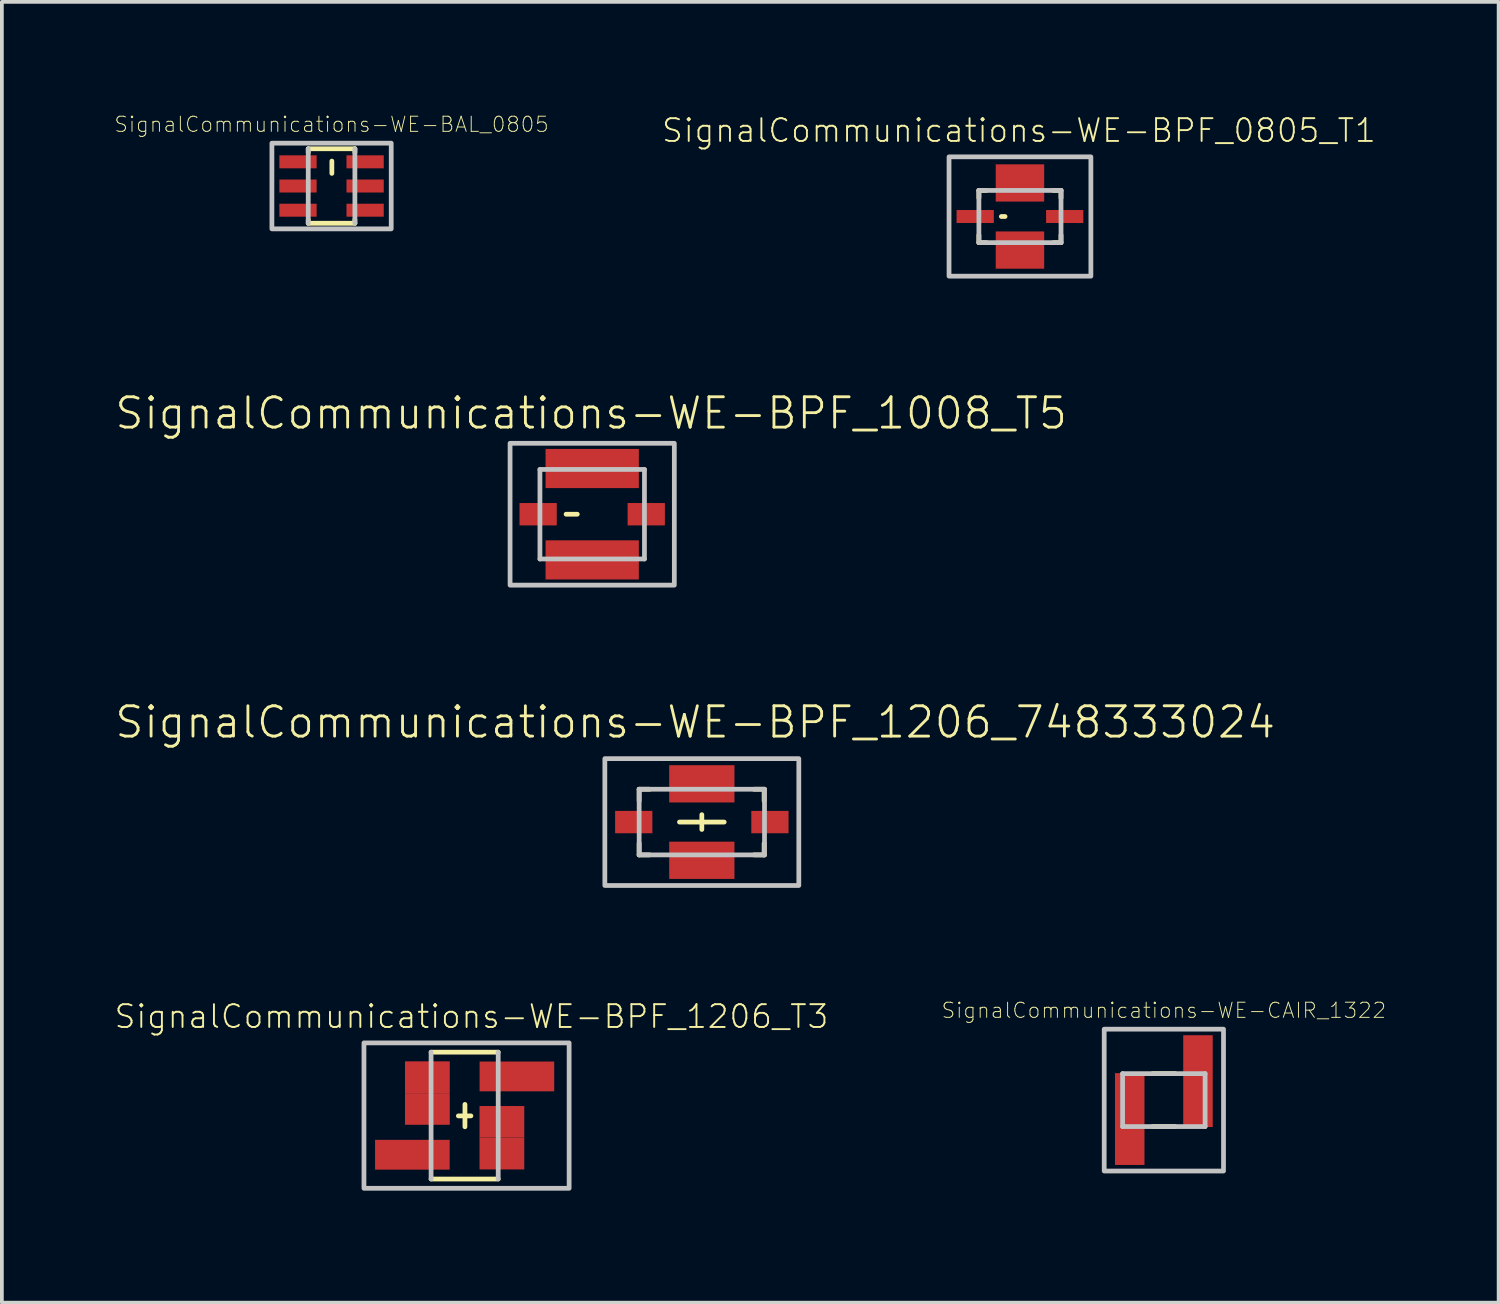
<source format=kicad_pcb>
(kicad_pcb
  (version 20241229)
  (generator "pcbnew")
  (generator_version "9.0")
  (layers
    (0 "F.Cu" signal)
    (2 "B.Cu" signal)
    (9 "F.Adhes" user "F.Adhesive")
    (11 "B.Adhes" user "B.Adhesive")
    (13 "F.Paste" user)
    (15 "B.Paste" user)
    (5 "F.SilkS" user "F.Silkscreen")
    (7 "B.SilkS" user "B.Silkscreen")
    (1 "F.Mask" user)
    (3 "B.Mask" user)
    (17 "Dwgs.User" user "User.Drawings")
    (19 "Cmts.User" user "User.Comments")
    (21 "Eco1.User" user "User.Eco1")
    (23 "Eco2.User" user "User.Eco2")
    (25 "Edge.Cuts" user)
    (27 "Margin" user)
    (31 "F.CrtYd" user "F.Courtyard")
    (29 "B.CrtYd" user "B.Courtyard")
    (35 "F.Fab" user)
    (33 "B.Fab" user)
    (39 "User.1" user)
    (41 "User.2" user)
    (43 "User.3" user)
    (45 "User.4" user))
  (footprint "SignalCommunications-WE-CAIR_1322"
    (layer "F.Cu")
    (at 28.128 26.42)
    (property "Reference" "SignalCommunications-WE-CAIR_1322" (at 0 -2.403 0) (layer "F.SilkS") (effects (font (size 0.406 0.406) (thickness 0.025))))
    (attr smd)
    (fp_line (start 0.3 -0.709) (end -0.3 -0.709) (stroke (width 0.127) (type solid)) (layer "F.SilkS"))
    (fp_line (start 0.3 0.709) (end -0.3 0.709) (stroke (width 0.127) (type solid)) (layer "F.SilkS"))
    (fp_line (start -1.105 -0.709) (end 1.105 -0.709) (stroke (width 0.127) (type solid)) (layer "Dwgs.User"))
    (fp_line (start -1.105 0.709) (end -1.105 -0.709) (stroke (width 0.127) (type solid)) (layer "Dwgs.User"))
    (fp_line (start -1.105 0.709) (end 1.105 0.709) (stroke (width 0.127) (type solid)) (layer "Dwgs.User"))
    (fp_line (start 1.105 0.709) (end 1.105 -0.709) (stroke (width 0.127) (type solid)) (layer "Dwgs.User"))
    (fp_poly (pts (xy -1.598 -1.9) (xy 1.598 -1.9) (xy 1.598 1.9) (xy -1.598 1.9) (xy -1.598 -1.9)) (stroke (width 0.127) (type solid)) (fill no) (layer "Dwgs.User"))
    (pad "1" smd rect (at -0.914 0.508) (size 0.79 2.459) (layers "F.Cu" "F.Mask" "F.Paste"))
    (pad "2" smd rect (at 0.914 -0.508) (size 0.79 2.459) (layers "F.Cu" "F.Mask" "F.Paste")))
  (footprint "SignalCommunications-WE-BPF_0805_T1"
    (layer "F.Cu")
    (at 24.273 2.75)
    (property "Reference" "SignalCommunications-WE-BPF_0805_T1" (at -0.028 -2.304 0) (layer "F.SilkS") (effects (font (size 0.61 0.61) (thickness 0.051))))
    (attr smd)
    (fp_line (start -1.1 -0.699) (end -0.899 -0.699) (stroke (width 0.127) (type solid)) (layer "F.SilkS"))
    (fp_line (start -1.1 -0.498) (end -1.1 -0.699) (stroke (width 0.127) (type solid)) (layer "F.SilkS"))
    (fp_line (start -1.1 0.699) (end -1.1 0.498) (stroke (width 0.127) (type solid)) (layer "F.SilkS"))
    (fp_line (start -1.1 0.699) (end -0.899 0.699) (stroke (width 0.127) (type solid)) (layer "F.SilkS"))
    (fp_line (start -0.498 0) (end -0.399 0) (stroke (width 0.127) (type solid)) (layer "F.SilkS"))
    (fp_line (start 0.899 0.699) (end 1.1 0.699) (stroke (width 0.127) (type solid)) (layer "F.SilkS"))
    (fp_line (start 1.1 -0.699) (end 0.899 -0.699) (stroke (width 0.127) (type solid)) (layer "F.SilkS"))
    (fp_line (start 1.1 -0.498) (end 1.1 -0.699) (stroke (width 0.127) (type solid)) (layer "F.SilkS"))
    (fp_line (start 1.1 0.699) (end 1.1 0.498) (stroke (width 0.127) (type solid)) (layer "F.SilkS"))
    (fp_line (start -1.1 -0.699) (end 1.1 -0.699) (stroke (width 0.127) (type solid)) (layer "Dwgs.User"))
    (fp_line (start -1.1 0.699) (end -1.1 -0.699) (stroke (width 0.127) (type solid)) (layer "Dwgs.User"))
    (fp_line (start 1.1 -0.699) (end 1.1 0.699) (stroke (width 0.127) (type solid)) (layer "Dwgs.User"))
    (fp_line (start 1.1 0.699) (end -1.1 0.699) (stroke (width 0.127) (type solid)) (layer "Dwgs.User"))
    (fp_poly (pts (xy -1.9 -1.598) (xy 1.9 -1.598) (xy 1.9 1.598) (xy -1.9 1.598) (xy -1.9 -1.598)) (stroke (width 0.127) (type solid)) (fill no) (layer "Dwgs.User"))
    (pad "1" smd rect (at 0 -0.899) (size 1.298 0.998) (layers "F.Cu" "F.Mask" "F.Paste"))
    (pad "2" smd rect (at 1.199 0) (size 0.998 0.348) (layers "F.Cu" "F.Mask" "F.Paste"))
    (pad "3" smd rect (at 0 0.899) (size 1.298 0.998) (layers "F.Cu" "F.Mask" "F.Paste"))
    (pad "4" smd rect (at -1.199 0) (size 0.998 0.348) (layers "F.Cu" "F.Mask" "F.Paste")))
  (footprint "SignalCommunications-WE-BPF_1008_T5"
    (layer "F.Cu")
    (at 12.814 10.725)
    (property "Reference" "SignalCommunications-WE-BPF_1008_T5" (at -0.028 -2.705 0) (layer "F.SilkS") (effects (font (size 0.813 0.813) (thickness 0.076))))
    (attr smd)
    (fp_line (start -0.699 0) (end -0.399 0) (stroke (width 0.127) (type solid)) (layer "F.SilkS"))
    (fp_line (start -1.4 -1.199) (end 1.4 -1.199) (stroke (width 0.127) (type solid)) (layer "Dwgs.User"))
    (fp_line (start -1.4 1.199) (end -1.4 -1.199) (stroke (width 0.127) (type solid)) (layer "Dwgs.User"))
    (fp_line (start 1.4 -1.199) (end 1.4 1.199) (stroke (width 0.127) (type solid)) (layer "Dwgs.User"))
    (fp_line (start 1.4 1.199) (end -1.4 1.199) (stroke (width 0.127) (type solid)) (layer "Dwgs.User"))
    (fp_poly (pts (xy -2.2 -1.9) (xy 2.2 -1.9) (xy 2.2 1.9) (xy -2.2 1.9) (xy -2.2 -1.9)) (stroke (width 0.127) (type solid)) (fill no) (layer "Dwgs.User"))
    (pad "1" smd rect (at 0 -1.224) (size 2.499 1.049) (layers "F.Cu" "F.Mask" "F.Paste"))
    (pad "2" smd rect (at 1.448 0 90) (size 0.599 0.998) (layers "F.Cu" "F.Mask" "F.Paste"))
    (pad "3" smd rect (at 0 1.224) (size 2.499 1.049) (layers "F.Cu" "F.Mask" "F.Paste"))
    (pad "4" smd rect (at -1.448 0 90) (size 0.599 0.998) (layers "F.Cu" "F.Mask" "F.Paste")))
  (footprint "SignalCommunications-WE-BAL_0805"
    (layer "F.Cu")
    (at 5.832 1.933)
    (property "Reference" "SignalCommunications-WE-BAL_0805" (at 0 -1.651 0) (layer "F.SilkS") (effects (font (size 0.406 0.406) (thickness 0.025))))
    (attr smd)
    (fp_line (start -0.625 -0.998) (end -0.625 -0.899) (stroke (width 0.127) (type solid)) (layer "F.SilkS"))
    (fp_line (start -0.625 -0.998) (end 0.625 -0.998) (stroke (width 0.127) (type solid)) (layer "F.SilkS"))
    (fp_line (start -0.625 0.998) (end -0.625 0.899) (stroke (width 0.127) (type solid)) (layer "F.SilkS"))
    (fp_line (start -0.625 0.998) (end 0.625 0.998) (stroke (width 0.127) (type solid)) (layer "F.SilkS"))
    (fp_line (start 0.008 -0.338) (end 0.008 -0.668) (stroke (width 0.127) (type solid)) (layer "F.SilkS"))
    (fp_line (start 0.625 -0.998) (end 0.625 -0.899) (stroke (width 0.127) (type solid)) (layer "F.SilkS"))
    (fp_line (start 0.625 0.998) (end 0.625 0.899) (stroke (width 0.127) (type solid)) (layer "F.SilkS"))
    (fp_line (start -0.625 0.998) (end -0.625 -0.998) (stroke (width 0.127) (type solid)) (layer "Dwgs.User"))
    (fp_line (start 0.625 0.998) (end 0.625 -0.998) (stroke (width 0.127) (type solid)) (layer "Dwgs.User"))
    (fp_poly (pts (xy -1.598 1.148) (xy -1.598 -1.148) (xy 1.598 -1.148) (xy 1.598 1.148) (xy -1.598 1.148)) (stroke (width 0.127) (type solid)) (fill no) (layer "Dwgs.User"))
    (pad "1" smd rect (at -0.899 -0.648 90) (size 0.348 0.998) (layers "F.Cu" "F.Mask" "F.Paste"))
    (pad "2" smd rect (at -0.899 0 90) (size 0.348 0.998) (layers "F.Cu" "F.Mask" "F.Paste"))
    (pad "3" smd rect (at -0.899 0.648 90) (size 0.348 0.998) (layers "F.Cu" "F.Mask" "F.Paste"))
    (pad "4" smd rect (at 0.899 0.648 90) (size 0.348 0.998) (layers "F.Cu" "F.Mask" "F.Paste"))
    (pad "5" smd rect (at 0.899 0 90) (size 0.348 0.998) (layers "F.Cu" "F.Mask" "F.Paste"))
    (pad "6" smd rect (at 0.899 -0.648 90) (size 0.348 0.998) (layers "F.Cu" "F.Mask" "F.Paste")))
  (footprint "SignalCommunications-WE-BPF_1206_T3"
    (layer "F.Cu")
    (at 9.397 26.835)
    (property "Reference" "SignalCommunications-WE-BPF_1206_T3" (at 0.183 -2.654 0) (layer "F.SilkS") (effects (font (size 0.61 0.61) (thickness 0.051))))
    (attr smd)
    (fp_line (start -0.899 -1.699) (end 0.899 -1.699) (stroke (width 0.127) (type solid)) (layer "F.SilkS"))
    (fp_line (start -0.168 0.008) (end 0.168 0.008) (stroke (width 0.127) (type solid)) (layer "F.SilkS"))
    (fp_line (start 0.008 -0.3) (end 0.008 0.3) (stroke (width 0.127) (type solid)) (layer "F.SilkS"))
    (fp_line (start 0.899 1.699) (end -0.899 1.699) (stroke (width 0.127) (type solid)) (layer "F.SilkS"))
    (fp_line (start -0.899 1.699) (end -0.899 -1.699) (stroke (width 0.127) (type solid)) (layer "Dwgs.User"))
    (fp_line (start 0.899 -1.699) (end 0.899 1.699) (stroke (width 0.127) (type solid)) (layer "Dwgs.User"))
    (fp_poly (pts (xy -2.697 -1.948) (xy 2.799 -1.948) (xy 2.799 1.948) (xy -2.697 1.948) (xy -2.697 -1.948)) (stroke (width 0.127) (type solid)) (fill no) (layer "Dwgs.User"))
    (pad "1" smd rect (at 0.998 1.019) (size 1.199 0.848) (layers "F.Cu" "F.Mask" "F.Paste"))
    (pad "2" smd rect (at 0.998 0.168) (size 1.199 0.848) (layers "F.Cu" "F.Mask" "F.Paste"))
    (pad "3" smd rect (at -0.998 -1.029) (size 1.199 0.848) (layers "F.Cu" "F.Mask" "F.Paste"))
    (pad "4" smd rect (at -0.998 -0.178) (size 1.199 0.848) (layers "F.Cu" "F.Mask" "F.Paste"))
    (pad "I/O@" smd rect (at -1.4 1.049 90) (size 0.798 1.999) (layers "F.Cu" "F.Mask" "F.Paste"))
    (pad "I/O@" smd rect (at 1.4 -1.049 90) (size 0.798 1.999) (layers "F.Cu" "F.Mask" "F.Paste")))
  (footprint "SignalCommunications-WE-BPF_1206_748333024"
    (layer "F.Cu")
    (at 15.751 18.972)
    (property "Reference" "SignalCommunications-WE-BPF_1206_748333024" (at -0.178 -2.675 0) (layer "F.SilkS") (effects (font (size 0.813 0.813) (thickness 0.076))))
    (attr smd)
    (fp_line (start -1.679 -0.879) (end -1.4 -0.879) (stroke (width 0.127) (type solid)) (layer "F.SilkS"))
    (fp_line (start -1.679 -0.569) (end -1.679 -0.879) (stroke (width 0.127) (type solid)) (layer "F.SilkS"))
    (fp_line (start -1.679 0.879) (end -1.679 0.569) (stroke (width 0.127) (type solid)) (layer "F.SilkS"))
    (fp_line (start -1.679 0.879) (end -1.4 0.879) (stroke (width 0.127) (type solid)) (layer "F.SilkS"))
    (fp_line (start -0.599 0) (end 0.599 0) (stroke (width 0.127) (type solid)) (layer "F.SilkS"))
    (fp_line (start 0 -0.198) (end 0 0.198) (stroke (width 0.127) (type solid)) (layer "F.SilkS"))
    (fp_line (start 1.4 -0.879) (end 1.679 -0.879) (stroke (width 0.127) (type solid)) (layer "F.SilkS"))
    (fp_line (start 1.4 0.879) (end 1.669 0.879) (stroke (width 0.127) (type solid)) (layer "F.SilkS"))
    (fp_line (start 1.669 -0.569) (end 1.669 -0.879) (stroke (width 0.127) (type solid)) (layer "F.SilkS"))
    (fp_line (start 1.669 0.879) (end 1.669 0.569) (stroke (width 0.127) (type solid)) (layer "F.SilkS"))
    (fp_line (start 1.669 0.879) (end 1.679 0.879) (stroke (width 0.127) (type solid)) (layer "F.SilkS"))
    (fp_line (start -1.679 -0.879) (end 1.679 -0.879) (stroke (width 0.127) (type solid)) (layer "Dwgs.User"))
    (fp_line (start -1.679 0.879) (end -1.679 -0.879) (stroke (width 0.127) (type solid)) (layer "Dwgs.User"))
    (fp_line (start 1.679 -0.879) (end 1.679 0.879) (stroke (width 0.127) (type solid)) (layer "Dwgs.User"))
    (fp_line (start 1.679 0.879) (end -1.679 0.879) (stroke (width 0.127) (type solid)) (layer "Dwgs.User"))
    (fp_poly (pts (xy -2.598 -1.699) (xy 2.598 -1.699) (xy 2.598 1.699) (xy -2.598 1.699) (xy -2.598 -1.699)) (stroke (width 0.127) (type solid)) (fill no) (layer "Dwgs.User"))
    (pad "1" smd rect (at 0 -1.024) (size 1.748 0.998) (layers "F.Cu" "F.Mask" "F.Paste"))
    (pad "2" smd rect (at 1.824 0) (size 0.998 0.599) (layers "F.Cu" "F.Mask" "F.Paste"))
    (pad "3" smd rect (at 0 1.024) (size 1.748 0.998) (layers "F.Cu" "F.Mask" "F.Paste"))
    (pad "4" smd rect (at -1.824 0) (size 0.998 0.599) (layers "F.Cu" "F.Mask" "F.Paste")))
  (gr_rect
    (start -3 -3)
    (end 37.096 31.847)
    (stroke (width 0.1) (type default))
    (fill no)
    (layer "Edge.Cuts")))
</source>
